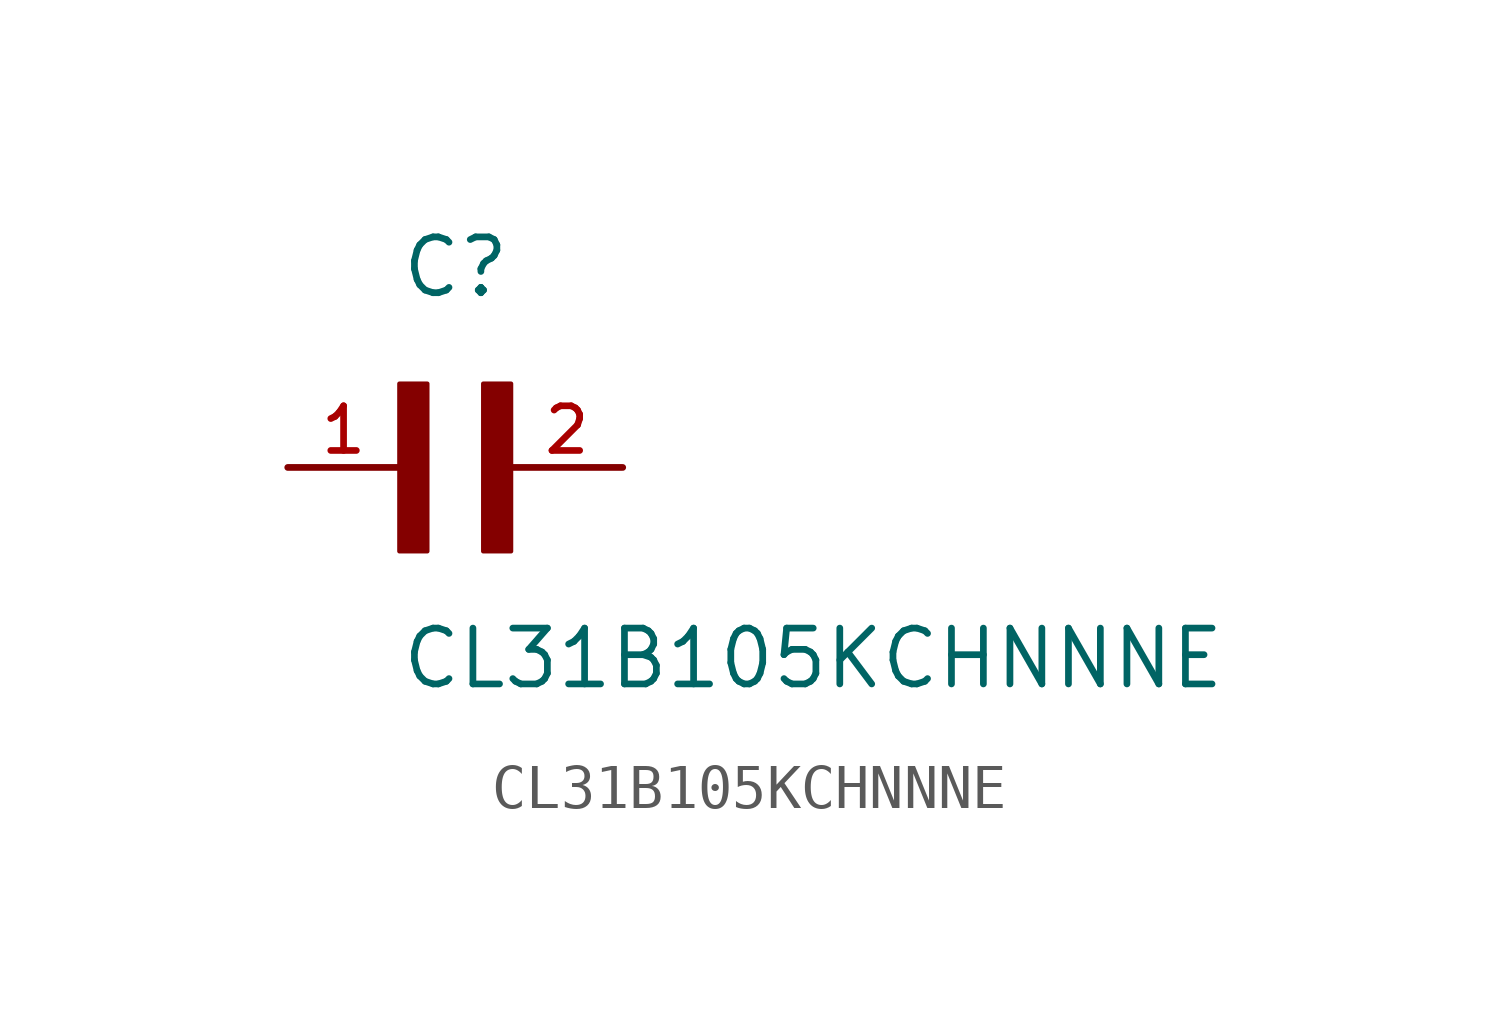
<source format=kicad_sym>
(kicad_symbol_lib
  (version 20211014)
  (generator kicad_symbol_editor)
  (symbol "CL31B105KCHNNNE"
    (pin_names
      (offset 1.016))
    (property "Reference" "C"
      (at 0.0 3.811 0)
      (effects (font (size 1.27 1.27)) (justify bottom left)))
    (property "Value" "CL31B105KCHNNNE"
      (at 0.0 -5.088 0)
      (effects (font (size 1.27 1.27)) (justify bottom left)))
    (symbol "CL31B105KCHNNNE_0_0"
      (rectangle (start 0.0 -1.907) (end 0.635 1.905) (stroke (width 0.1)) (fill (type outline)))
      (rectangle (start 1.907 -1.907) (end 2.54 1.905) (stroke (width 0.1)) (fill (type outline)))
      (pin passive line (at -2.54 0.0 0) (length 2.54) (name "~" (effects (font (size 1.016 1.016)))) (number "1" (effects (font (size 1.016 1.016)))))
      (pin passive line (at 5.08 0.0 180.0) (length 2.54) (name "~" (effects (font (size 1.016 1.016)))) (number "2" (effects (font (size 1.016 1.016))))))))
</source>
